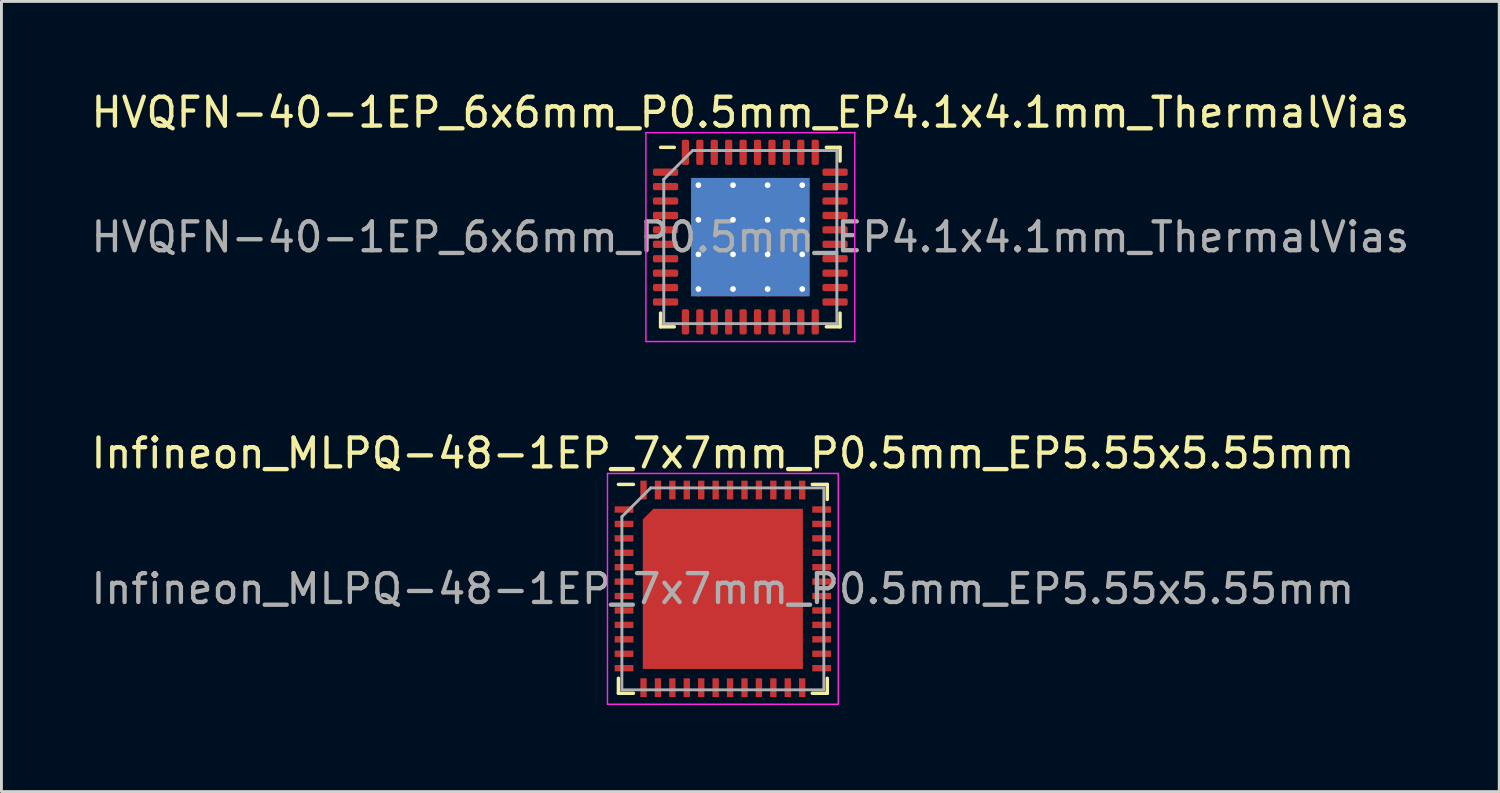
<source format=kicad_pcb>
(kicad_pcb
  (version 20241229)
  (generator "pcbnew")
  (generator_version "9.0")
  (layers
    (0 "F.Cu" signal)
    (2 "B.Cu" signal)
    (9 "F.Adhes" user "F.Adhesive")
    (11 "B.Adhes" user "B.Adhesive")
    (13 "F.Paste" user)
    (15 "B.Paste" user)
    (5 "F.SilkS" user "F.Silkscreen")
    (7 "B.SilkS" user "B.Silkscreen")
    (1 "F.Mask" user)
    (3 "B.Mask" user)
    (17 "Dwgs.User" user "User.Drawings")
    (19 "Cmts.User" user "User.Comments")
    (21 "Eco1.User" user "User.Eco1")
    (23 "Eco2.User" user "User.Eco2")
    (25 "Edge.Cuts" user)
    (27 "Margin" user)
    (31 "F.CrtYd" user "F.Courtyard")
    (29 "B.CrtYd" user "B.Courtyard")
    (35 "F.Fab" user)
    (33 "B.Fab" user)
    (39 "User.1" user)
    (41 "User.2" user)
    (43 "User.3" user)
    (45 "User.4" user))
  (footprint "HVQFN-40-1EP_6x6mm_P0.5mm_EP4.1x4.1mm_ThermalVias"
    (layer "F.Cu")
    (at 22.958 5.168)
    (property "Reference" "HVQFN-40-1EP_6x6mm_P0.5mm_EP4.1x4.1mm_ThermalVias" (at 0 -4.32 0) (layer "F.SilkS") (effects (font (size 1 1) (thickness 0.15))))
    (attr smd)
    (fp_line (start -3.11 3.11) (end -3.11 2.635) (stroke (width 0.12) (type solid)) (layer "F.SilkS"))
    (fp_line (start -2.635 -3.11) (end -3.11 -3.11) (stroke (width 0.12) (type solid)) (layer "F.SilkS"))
    (fp_line (start -2.635 3.11) (end -3.11 3.11) (stroke (width 0.12) (type solid)) (layer "F.SilkS"))
    (fp_line (start 2.635 -3.11) (end 3.11 -3.11) (stroke (width 0.12) (type solid)) (layer "F.SilkS"))
    (fp_line (start 2.635 3.11) (end 3.11 3.11) (stroke (width 0.12) (type solid)) (layer "F.SilkS"))
    (fp_line (start 3.11 -3.11) (end 3.11 -2.635) (stroke (width 0.12) (type solid)) (layer "F.SilkS"))
    (fp_line (start 3.11 3.11) (end 3.11 2.635) (stroke (width 0.12) (type solid)) (layer "F.SilkS"))
    (fp_line (start -3.62 -3.62) (end -3.62 3.62) (stroke (width 0.05) (type solid)) (layer "F.CrtYd"))
    (fp_line (start -3.62 3.62) (end 3.62 3.62) (stroke (width 0.05) (type solid)) (layer "F.CrtYd"))
    (fp_line (start 3.62 -3.62) (end -3.62 -3.62) (stroke (width 0.05) (type solid)) (layer "F.CrtYd"))
    (fp_line (start 3.62 3.62) (end 3.62 -3.62) (stroke (width 0.05) (type solid)) (layer "F.CrtYd"))
    (fp_line (start -3 -2) (end -2 -3) (stroke (width 0.1) (type solid)) (layer "F.Fab"))
    (fp_line (start -3 3) (end -3 -2) (stroke (width 0.1) (type solid)) (layer "F.Fab"))
    (fp_line (start -2 -3) (end 3 -3) (stroke (width 0.1) (type solid)) (layer "F.Fab"))
    (fp_line (start 3 -3) (end 3 3) (stroke (width 0.1) (type solid)) (layer "F.Fab"))
    (fp_line (start 3 3) (end -3 3) (stroke (width 0.1) (type solid)) (layer "F.Fab"))
    (fp_text user "${REFERENCE}" (at 0 0 0) (layer "F.Fab") (effects (font (size 1 1) (thickness 0.15))))
    (pad "" smd roundrect (at -1.2 -1.2) (size 1.059 1.059) (layers "F.Paste") (roundrect_rratio 0.236))
    (pad "" smd roundrect (at -1.2 0) (size 1.059 1.059) (layers "F.Paste") (roundrect_rratio 0.236))
    (pad "" smd roundrect (at -1.2 1.2) (size 1.059 1.059) (layers "F.Paste") (roundrect_rratio 0.236))
    (pad "" smd roundrect (at 0 -1.2) (size 1.059 1.059) (layers "F.Paste") (roundrect_rratio 0.236))
    (pad "" smd roundrect (at 0 0) (size 1.059 1.059) (layers "F.Paste") (roundrect_rratio 0.236))
    (pad "" smd roundrect (at 0 1.2) (size 1.059 1.059) (layers "F.Paste") (roundrect_rratio 0.236))
    (pad "" smd roundrect (at 1.2 -1.2) (size 1.059 1.059) (layers "F.Paste") (roundrect_rratio 0.236))
    (pad "" smd roundrect (at 1.2 0) (size 1.059 1.059) (layers "F.Paste") (roundrect_rratio 0.236))
    (pad "" smd roundrect (at 1.2 1.2) (size 1.059 1.059) (layers "F.Paste") (roundrect_rratio 0.236))
    (pad "1" smd roundrect (at -2.938 -2.25) (size 0.875 0.25) (layers "F.Cu" "F.Mask" "F.Paste") (roundrect_rratio 0.25))
    (pad "2" smd roundrect (at -2.938 -1.75) (size 0.875 0.25) (layers "F.Cu" "F.Mask" "F.Paste") (roundrect_rratio 0.25))
    (pad "3" smd roundrect (at -2.938 -1.25) (size 0.875 0.25) (layers "F.Cu" "F.Mask" "F.Paste") (roundrect_rratio 0.25))
    (pad "4" smd roundrect (at -2.938 -0.75) (size 0.875 0.25) (layers "F.Cu" "F.Mask" "F.Paste") (roundrect_rratio 0.25))
    (pad "5" smd roundrect (at -2.938 -0.25) (size 0.875 0.25) (layers "F.Cu" "F.Mask" "F.Paste") (roundrect_rratio 0.25))
    (pad "6" smd roundrect (at -2.938 0.25) (size 0.875 0.25) (layers "F.Cu" "F.Mask" "F.Paste") (roundrect_rratio 0.25))
    (pad "7" smd roundrect (at -2.938 0.75) (size 0.875 0.25) (layers "F.Cu" "F.Mask" "F.Paste") (roundrect_rratio 0.25))
    (pad "8" smd roundrect (at -2.938 1.25) (size 0.875 0.25) (layers "F.Cu" "F.Mask" "F.Paste") (roundrect_rratio 0.25))
    (pad "9" smd roundrect (at -2.938 1.75) (size 0.875 0.25) (layers "F.Cu" "F.Mask" "F.Paste") (roundrect_rratio 0.25))
    (pad "10" smd roundrect (at -2.938 2.25) (size 0.875 0.25) (layers "F.Cu" "F.Mask" "F.Paste") (roundrect_rratio 0.25))
    (pad "11" smd roundrect (at -2.25 2.938) (size 0.25 0.875) (layers "F.Cu" "F.Mask" "F.Paste") (roundrect_rratio 0.25))
    (pad "12" smd roundrect (at -1.75 2.938) (size 0.25 0.875) (layers "F.Cu" "F.Mask" "F.Paste") (roundrect_rratio 0.25))
    (pad "13" smd roundrect (at -1.25 2.938) (size 0.25 0.875) (layers "F.Cu" "F.Mask" "F.Paste") (roundrect_rratio 0.25))
    (pad "14" smd roundrect (at -0.75 2.938) (size 0.25 0.875) (layers "F.Cu" "F.Mask" "F.Paste") (roundrect_rratio 0.25))
    (pad "15" smd roundrect (at -0.25 2.938) (size 0.25 0.875) (layers "F.Cu" "F.Mask" "F.Paste") (roundrect_rratio 0.25))
    (pad "16" smd roundrect (at 0.25 2.938) (size 0.25 0.875) (layers "F.Cu" "F.Mask" "F.Paste") (roundrect_rratio 0.25))
    (pad "17" smd roundrect (at 0.75 2.938) (size 0.25 0.875) (layers "F.Cu" "F.Mask" "F.Paste") (roundrect_rratio 0.25))
    (pad "18" smd roundrect (at 1.25 2.938) (size 0.25 0.875) (layers "F.Cu" "F.Mask" "F.Paste") (roundrect_rratio 0.25))
    (pad "19" smd roundrect (at 1.75 2.938) (size 0.25 0.875) (layers "F.Cu" "F.Mask" "F.Paste") (roundrect_rratio 0.25))
    (pad "20" smd roundrect (at 2.25 2.938) (size 0.25 0.875) (layers "F.Cu" "F.Mask" "F.Paste") (roundrect_rratio 0.25))
    (pad "21" smd roundrect (at 2.938 2.25) (size 0.875 0.25) (layers "F.Cu" "F.Mask" "F.Paste") (roundrect_rratio 0.25))
    (pad "22" smd roundrect (at 2.938 1.75) (size 0.875 0.25) (layers "F.Cu" "F.Mask" "F.Paste") (roundrect_rratio 0.25))
    (pad "23" smd roundrect (at 2.938 1.25) (size 0.875 0.25) (layers "F.Cu" "F.Mask" "F.Paste") (roundrect_rratio 0.25))
    (pad "24" smd roundrect (at 2.938 0.75) (size 0.875 0.25) (layers "F.Cu" "F.Mask" "F.Paste") (roundrect_rratio 0.25))
    (pad "25" smd roundrect (at 2.938 0.25) (size 0.875 0.25) (layers "F.Cu" "F.Mask" "F.Paste") (roundrect_rratio 0.25))
    (pad "26" smd roundrect (at 2.938 -0.25) (size 0.875 0.25) (layers "F.Cu" "F.Mask" "F.Paste") (roundrect_rratio 0.25))
    (pad "27" smd roundrect (at 2.938 -0.75) (size 0.875 0.25) (layers "F.Cu" "F.Mask" "F.Paste") (roundrect_rratio 0.25))
    (pad "28" smd roundrect (at 2.938 -1.25) (size 0.875 0.25) (layers "F.Cu" "F.Mask" "F.Paste") (roundrect_rratio 0.25))
    (pad "29" smd roundrect (at 2.938 -1.75) (size 0.875 0.25) (layers "F.Cu" "F.Mask" "F.Paste") (roundrect_rratio 0.25))
    (pad "30" smd roundrect (at 2.938 -2.25) (size 0.875 0.25) (layers "F.Cu" "F.Mask" "F.Paste") (roundrect_rratio 0.25))
    (pad "31" smd roundrect (at 2.25 -2.938) (size 0.25 0.875) (layers "F.Cu" "F.Mask" "F.Paste") (roundrect_rratio 0.25))
    (pad "32" smd roundrect (at 1.75 -2.938) (size 0.25 0.875) (layers "F.Cu" "F.Mask" "F.Paste") (roundrect_rratio 0.25))
    (pad "33" smd roundrect (at 1.25 -2.938) (size 0.25 0.875) (layers "F.Cu" "F.Mask" "F.Paste") (roundrect_rratio 0.25))
    (pad "34" smd roundrect (at 0.75 -2.938) (size 0.25 0.875) (layers "F.Cu" "F.Mask" "F.Paste") (roundrect_rratio 0.25))
    (pad "35" smd roundrect (at 0.25 -2.938) (size 0.25 0.875) (layers "F.Cu" "F.Mask" "F.Paste") (roundrect_rratio 0.25))
    (pad "36" smd roundrect (at -0.25 -2.938) (size 0.25 0.875) (layers "F.Cu" "F.Mask" "F.Paste") (roundrect_rratio 0.25))
    (pad "37" smd roundrect (at -0.75 -2.938) (size 0.25 0.875) (layers "F.Cu" "F.Mask" "F.Paste") (roundrect_rratio 0.25))
    (pad "38" smd roundrect (at -1.25 -2.938) (size 0.25 0.875) (layers "F.Cu" "F.Mask" "F.Paste") (roundrect_rratio 0.25))
    (pad "39" smd roundrect (at -1.75 -2.938) (size 0.25 0.875) (layers "F.Cu" "F.Mask" "F.Paste") (roundrect_rratio 0.25))
    (pad "40" smd roundrect (at -2.25 -2.938) (size 0.25 0.875) (layers "F.Cu" "F.Mask" "F.Paste") (roundrect_rratio 0.25))
    (pad "41" thru_hole circle (at -1.8 -1.8) (size 0.5 0.5) (drill 0.2) (layers "*.Cu"))
    (pad "41" thru_hole circle (at -1.8 -0.6) (size 0.5 0.5) (drill 0.2) (layers "*.Cu"))
    (pad "41" thru_hole circle (at -1.8 0.6) (size 0.5 0.5) (drill 0.2) (layers "*.Cu"))
    (pad "41" thru_hole circle (at -1.8 1.8) (size 0.5 0.5) (drill 0.2) (layers "*.Cu"))
    (pad "41" thru_hole circle (at -0.6 -1.8) (size 0.5 0.5) (drill 0.2) (layers "*.Cu"))
    (pad "41" thru_hole circle (at -0.6 -0.6) (size 0.5 0.5) (drill 0.2) (layers "*.Cu"))
    (pad "41" thru_hole circle (at -0.6 0.6) (size 0.5 0.5) (drill 0.2) (layers "*.Cu"))
    (pad "41" thru_hole circle (at -0.6 1.8) (size 0.5 0.5) (drill 0.2) (layers "*.Cu"))
    (pad "41" smd rect (at 0 0) (size 4.1 4.1) (layers "F.Cu" "F.Mask"))
    (pad "41" smd rect (at 0 0) (size 4.1 4.1) (layers "B.Cu"))
    (pad "41" thru_hole circle (at 0.6 -1.8) (size 0.5 0.5) (drill 0.2) (layers "*.Cu"))
    (pad "41" thru_hole circle (at 0.6 -0.6) (size 0.5 0.5) (drill 0.2) (layers "*.Cu"))
    (pad "41" thru_hole circle (at 0.6 0.6) (size 0.5 0.5) (drill 0.2) (layers "*.Cu"))
    (pad "41" thru_hole circle (at 0.6 1.8) (size 0.5 0.5) (drill 0.2) (layers "*.Cu"))
    (pad "41" thru_hole circle (at 1.8 -1.8) (size 0.5 0.5) (drill 0.2) (layers "*.Cu"))
    (pad "41" thru_hole circle (at 1.8 -0.6) (size 0.5 0.5) (drill 0.2) (layers "*.Cu"))
    (pad "41" thru_hole circle (at 1.8 0.6) (size 0.5 0.5) (drill 0.2) (layers "*.Cu"))
    (pad "41" thru_hole circle (at 1.8 1.8) (size 0.5 0.5) (drill 0.2) (layers "*.Cu")))
  (footprint "Infineon_MLPQ-48-1EP_7x7mm_P0.5mm_EP5.55x5.55mm"
    (layer "F.Cu")
    (at 22.006 17.361)
    (property "Reference" "Infineon_MLPQ-48-1EP_7x7mm_P0.5mm_EP5.55x5.55mm" (at 0 -4.7 0) (layer "F.SilkS") (effects (font (size 1 1) (thickness 0.15))))
    (attr smd)
    (fp_line (start -3.62 -3.62) (end -3.1 -3.62) (stroke (width 0.12) (type solid)) (layer "F.SilkS"))
    (fp_line (start -3.62 3.62) (end -3.62 3.1) (stroke (width 0.12) (type solid)) (layer "F.SilkS"))
    (fp_line (start -3.1 3.62) (end -3.62 3.62) (stroke (width 0.12) (type solid)) (layer "F.SilkS"))
    (fp_line (start 3.1 -3.62) (end 3.62 -3.62) (stroke (width 0.12) (type solid)) (layer "F.SilkS"))
    (fp_line (start 3.1 3.62) (end 3.62 3.62) (stroke (width 0.12) (type solid)) (layer "F.SilkS"))
    (fp_line (start 3.62 -3.1) (end 3.62 -3.62) (stroke (width 0.12) (type solid)) (layer "F.SilkS"))
    (fp_line (start 3.62 3.62) (end 3.62 3.1) (stroke (width 0.12) (type solid)) (layer "F.SilkS"))
    (fp_line (start -4 -4) (end -4 4) (stroke (width 0.05) (type solid)) (layer "F.CrtYd"))
    (fp_line (start -4 4) (end 4 4) (stroke (width 0.05) (type solid)) (layer "F.CrtYd"))
    (fp_line (start 4 -4) (end -4 -4) (stroke (width 0.05) (type solid)) (layer "F.CrtYd"))
    (fp_line (start 4 4) (end 4 -4) (stroke (width 0.05) (type solid)) (layer "F.CrtYd"))
    (fp_line (start -3.5 3.5) (end -3.5 -2.5) (stroke (width 0.1) (type solid)) (layer "F.Fab"))
    (fp_line (start -2.5 -3.5) (end -3.5 -2.5) (stroke (width 0.1) (type solid)) (layer "F.Fab"))
    (fp_line (start 3.5 -3.5) (end -2.5 -3.5) (stroke (width 0.1) (type solid)) (layer "F.Fab"))
    (fp_line (start 3.5 -3.5) (end 3.5 3.5) (stroke (width 0.1) (type solid)) (layer "F.Fab"))
    (fp_line (start 3.5 3.5) (end -3.5 3.5) (stroke (width 0.1) (type solid)) (layer "F.Fab"))
    (fp_text user "${REFERENCE}" (at 0 0 0) (layer "F.Fab") (effects (font (size 1 1) (thickness 0.15))))
    (pad "" smd rect (at -3.425 -2.75) (size 0.55 0.22) (layers "F.Paste"))
    (pad "" smd rect (at -3.425 -2.25) (size 0.55 0.22) (layers "F.Paste"))
    (pad "" smd rect (at -3.425 -1.75) (size 0.55 0.22) (layers "F.Paste"))
    (pad "" smd rect (at -3.425 -1.25) (size 0.55 0.22) (layers "F.Paste"))
    (pad "" smd rect (at -3.425 -0.75) (size 0.55 0.22) (layers "F.Paste"))
    (pad "" smd rect (at -3.425 -0.25) (size 0.55 0.22) (layers "F.Paste"))
    (pad "" smd rect (at -3.425 0.25) (size 0.55 0.22) (layers "F.Paste"))
    (pad "" smd rect (at -3.425 0.75) (size 0.55 0.22) (layers "F.Paste"))
    (pad "" smd rect (at -3.425 1.25) (size 0.55 0.22) (layers "F.Paste"))
    (pad "" smd rect (at -3.425 1.75) (size 0.55 0.22) (layers "F.Paste"))
    (pad "" smd rect (at -3.425 2.25) (size 0.55 0.22) (layers "F.Paste"))
    (pad "" smd rect (at -3.425 2.75) (size 0.55 0.22) (layers "F.Paste"))
    (pad "" smd rect (at -2.75 -3.425) (size 0.22 0.55) (layers "F.Paste"))
    (pad "" smd rect (at -2.75 3.425) (size 0.22 0.55) (layers "F.Paste"))
    (pad "" smd rect (at -2.25 -3.425) (size 0.22 0.55) (layers "F.Paste"))
    (pad "" smd rect (at -2.25 3.425) (size 0.22 0.55) (layers "F.Paste"))
    (pad "" smd custom (at -2.175 -2.175) (size 0.5 0.5) (layers "F.Paste") (options (anchor rect)) (primitives (gr_poly (pts (xy -0.211 -0.55) (xy 0.55 -0.55) (xy 0.55 0.55) (xy -0.55 0.55) (xy -0.55 -0.211)) (width 0) (fill yes))))
    (pad "" smd rect (at -2.175 -0.725) (size 1.1 1.1) (layers "F.Paste"))
    (pad "" smd rect (at -2.175 0.725) (size 1.1 1.1) (layers "F.Paste"))
    (pad "" smd rect (at -2.175 2.175) (size 1.1 1.1) (layers "F.Paste"))
    (pad "" smd rect (at -1.75 -3.425) (size 0.22 0.55) (layers "F.Paste"))
    (pad "" smd rect (at -1.75 3.425) (size 0.22 0.55) (layers "F.Paste"))
    (pad "" smd rect (at -1.25 -3.425) (size 0.22 0.55) (layers "F.Paste"))
    (pad "" smd rect (at -1.25 3.425) (size 0.22 0.55) (layers "F.Paste"))
    (pad "" smd rect (at -0.75 -3.425) (size 0.22 0.55) (layers "F.Paste"))
    (pad "" smd rect (at -0.75 3.425) (size 0.22 0.55) (layers "F.Paste"))
    (pad "" smd rect (at -0.725 -2.175) (size 1.1 1.1) (layers "F.Paste"))
    (pad "" smd rect (at -0.725 -0.725) (size 1.1 1.1) (layers "F.Paste"))
    (pad "" smd rect (at -0.725 0.725) (size 1.1 1.1) (layers "F.Paste"))
    (pad "" smd rect (at -0.725 2.175) (size 1.1 1.1) (layers "F.Paste"))
    (pad "" smd rect (at -0.25 -3.425) (size 0.22 0.55) (layers "F.Paste"))
    (pad "" smd rect (at -0.25 3.425) (size 0.22 0.55) (layers "F.Paste"))
    (pad "" smd rect (at 0.25 -3.425) (size 0.22 0.55) (layers "F.Paste"))
    (pad "" smd rect (at 0.25 3.425) (size 0.22 0.55) (layers "F.Paste"))
    (pad "" smd rect (at 0.725 -2.175) (size 1.1 1.1) (layers "F.Paste"))
    (pad "" smd rect (at 0.725 -0.725) (size 1.1 1.1) (layers "F.Paste"))
    (pad "" smd rect (at 0.725 0.725) (size 1.1 1.1) (layers "F.Paste"))
    (pad "" smd rect (at 0.725 2.175) (size 1.1 1.1) (layers "F.Paste"))
    (pad "" smd rect (at 0.75 -3.425) (size 0.22 0.55) (layers "F.Paste"))
    (pad "" smd rect (at 0.75 3.425) (size 0.22 0.55) (layers "F.Paste"))
    (pad "" smd rect (at 1.25 -3.425) (size 0.22 0.55) (layers "F.Paste"))
    (pad "" smd rect (at 1.25 3.425) (size 0.22 0.55) (layers "F.Paste"))
    (pad "" smd rect (at 1.75 -3.425) (size 0.22 0.55) (layers "F.Paste"))
    (pad "" smd rect (at 1.75 3.425) (size 0.22 0.55) (layers "F.Paste"))
    (pad "" smd rect (at 2.175 -2.175) (size 1.1 1.1) (layers "F.Paste"))
    (pad "" smd rect (at 2.175 -0.725) (size 1.1 1.1) (layers "F.Paste"))
    (pad "" smd rect (at 2.175 0.725) (size 1.1 1.1) (layers "F.Paste"))
    (pad "" smd rect (at 2.175 2.175) (size 1.1 1.1) (layers "F.Paste"))
    (pad "" smd rect (at 2.25 -3.425) (size 0.22 0.55) (layers "F.Paste"))
    (pad "" smd rect (at 2.25 3.425) (size 0.22 0.55) (layers "F.Paste"))
    (pad "" smd rect (at 2.75 -3.425) (size 0.22 0.55) (layers "F.Paste"))
    (pad "" smd rect (at 2.75 3.425) (size 0.22 0.55) (layers "F.Paste"))
    (pad "" smd rect (at 3.425 -2.75) (size 0.55 0.22) (layers "F.Paste"))
    (pad "" smd rect (at 3.425 -2.25) (size 0.55 0.22) (layers "F.Paste"))
    (pad "" smd rect (at 3.425 -1.75) (size 0.55 0.22) (layers "F.Paste"))
    (pad "" smd rect (at 3.425 -1.25) (size 0.55 0.22) (layers "F.Paste"))
    (pad "" smd rect (at 3.425 -0.75) (size 0.55 0.22) (layers "F.Paste"))
    (pad "" smd rect (at 3.425 -0.25) (size 0.55 0.22) (layers "F.Paste"))
    (pad "" smd rect (at 3.425 0.25) (size 0.55 0.22) (layers "F.Paste"))
    (pad "" smd rect (at 3.425 0.75) (size 0.55 0.22) (layers "F.Paste"))
    (pad "" smd rect (at 3.425 1.25) (size 0.55 0.22) (layers "F.Paste"))
    (pad "" smd rect (at 3.425 1.75) (size 0.55 0.22) (layers "F.Paste"))
    (pad "" smd rect (at 3.425 2.25) (size 0.55 0.22) (layers "F.Paste"))
    (pad "" smd rect (at 3.425 2.75) (size 0.55 0.22) (layers "F.Paste"))
    (pad "1" smd rect (at -3.425 -2.75) (size 0.65 0.22) (layers "F.Cu" "F.Mask"))
    (pad "2" smd rect (at -3.425 -2.25) (size 0.65 0.22) (layers "F.Cu" "F.Mask"))
    (pad "3" smd rect (at -3.425 -1.75) (size 0.65 0.22) (layers "F.Cu" "F.Mask"))
    (pad "4" smd rect (at -3.425 -1.25) (size 0.65 0.22) (layers "F.Cu" "F.Mask"))
    (pad "5" smd rect (at -3.425 -0.75) (size 0.65 0.22) (layers "F.Cu" "F.Mask"))
    (pad "6" smd rect (at -3.425 -0.25) (size 0.65 0.22) (layers "F.Cu" "F.Mask"))
    (pad "7" smd rect (at -3.425 0.25) (size 0.65 0.22) (layers "F.Cu" "F.Mask"))
    (pad "8" smd rect (at -3.425 0.75) (size 0.65 0.22) (layers "F.Cu" "F.Mask"))
    (pad "9" smd rect (at -3.425 1.25) (size 0.65 0.22) (layers "F.Cu" "F.Mask"))
    (pad "10" smd rect (at -3.425 1.75) (size 0.65 0.22) (layers "F.Cu" "F.Mask"))
    (pad "11" smd rect (at -3.425 2.25) (size 0.65 0.22) (layers "F.Cu" "F.Mask"))
    (pad "12" smd rect (at -3.425 2.75) (size 0.65 0.22) (layers "F.Cu" "F.Mask"))
    (pad "13" smd rect (at -2.75 3.425) (size 0.22 0.65) (layers "F.Cu" "F.Mask"))
    (pad "14" smd rect (at -2.25 3.425) (size 0.22 0.65) (layers "F.Cu" "F.Mask"))
    (pad "15" smd rect (at -1.75 3.425) (size 0.22 0.65) (layers "F.Cu" "F.Mask"))
    (pad "16" smd rect (at -1.25 3.425) (size 0.22 0.65) (layers "F.Cu" "F.Mask"))
    (pad "17" smd rect (at -0.75 3.425) (size 0.22 0.65) (layers "F.Cu" "F.Mask"))
    (pad "18" smd rect (at -0.25 3.425) (size 0.22 0.65) (layers "F.Cu" "F.Mask"))
    (pad "19" smd rect (at 0.25 3.425) (size 0.22 0.65) (layers "F.Cu" "F.Mask"))
    (pad "20" smd rect (at 0.75 3.425) (size 0.22 0.65) (layers "F.Cu" "F.Mask"))
    (pad "21" smd rect (at 1.25 3.425) (size 0.22 0.65) (layers "F.Cu" "F.Mask"))
    (pad "22" smd rect (at 1.75 3.425) (size 0.22 0.65) (layers "F.Cu" "F.Mask"))
    (pad "23" smd rect (at 2.25 3.425) (size 0.22 0.65) (layers "F.Cu" "F.Mask"))
    (pad "24" smd rect (at 2.75 3.425) (size 0.22 0.65) (layers "F.Cu" "F.Mask"))
    (pad "25" smd rect (at 3.425 2.75) (size 0.65 0.22) (layers "F.Cu" "F.Mask"))
    (pad "26" smd rect (at 3.425 2.25) (size 0.65 0.22) (layers "F.Cu" "F.Mask"))
    (pad "27" smd rect (at 3.425 1.75) (size 0.65 0.22) (layers "F.Cu" "F.Mask"))
    (pad "28" smd rect (at 3.425 1.25) (size 0.65 0.22) (layers "F.Cu" "F.Mask"))
    (pad "29" smd rect (at 3.425 0.75) (size 0.65 0.22) (layers "F.Cu" "F.Mask"))
    (pad "30" smd rect (at 3.425 0.25) (size 0.65 0.22) (layers "F.Cu" "F.Mask"))
    (pad "31" smd rect (at 3.425 -0.25) (size 0.65 0.22) (layers "F.Cu" "F.Mask"))
    (pad "32" smd rect (at 3.425 -0.75) (size 0.65 0.22) (layers "F.Cu" "F.Mask"))
    (pad "33" smd rect (at 3.425 -1.25) (size 0.65 0.22) (layers "F.Cu" "F.Mask"))
    (pad "34" smd rect (at 3.425 -1.75) (size 0.65 0.22) (layers "F.Cu" "F.Mask"))
    (pad "35" smd rect (at 3.425 -2.25) (size 0.65 0.22) (layers "F.Cu" "F.Mask"))
    (pad "36" smd rect (at 3.425 -2.75) (size 0.65 0.22) (layers "F.Cu" "F.Mask"))
    (pad "37" smd rect (at 2.75 -3.425) (size 0.22 0.65) (layers "F.Cu" "F.Mask"))
    (pad "38" smd rect (at 2.25 -3.425) (size 0.22 0.65) (layers "F.Cu" "F.Mask"))
    (pad "39" smd rect (at 1.75 -3.425) (size 0.22 0.65) (layers "F.Cu" "F.Mask"))
    (pad "40" smd rect (at 1.25 -3.425) (size 0.22 0.65) (layers "F.Cu" "F.Mask"))
    (pad "41" smd rect (at 0.75 -3.425) (size 0.22 0.65) (layers "F.Cu" "F.Mask"))
    (pad "42" smd rect (at 0.25 -3.425) (size 0.22 0.65) (layers "F.Cu" "F.Mask"))
    (pad "43" smd rect (at -0.25 -3.425) (size 0.22 0.65) (layers "F.Cu" "F.Mask"))
    (pad "44" smd rect (at -0.75 -3.425) (size 0.22 0.65) (layers "F.Cu" "F.Mask"))
    (pad "45" smd rect (at -1.25 -3.425) (size 0.22 0.65) (layers "F.Cu" "F.Mask"))
    (pad "46" smd rect (at -1.75 -3.425) (size 0.22 0.65) (layers "F.Cu" "F.Mask"))
    (pad "47" smd rect (at -2.25 -3.425) (size 0.22 0.65) (layers "F.Cu" "F.Mask"))
    (pad "48" smd rect (at -2.75 -3.425) (size 0.22 0.65) (layers "F.Cu" "F.Mask"))
    (pad "49" smd custom (at 0 0) (size 5 5) (layers "F.Cu" "F.Mask") (options (anchor rect)) (primitives (gr_poly (pts (xy -2.407 -2.775) (xy 2.775 -2.775) (xy 2.775 2.775) (xy -2.775 2.775) (xy -2.775 -2.407)) (width 0) (fill yes)))))
  (gr_rect
    (start -3 -3)
    (end 48.917 24.387)
    (stroke (width 0.1) (type default))
    (fill no)
    (layer "Edge.Cuts")))
</source>
